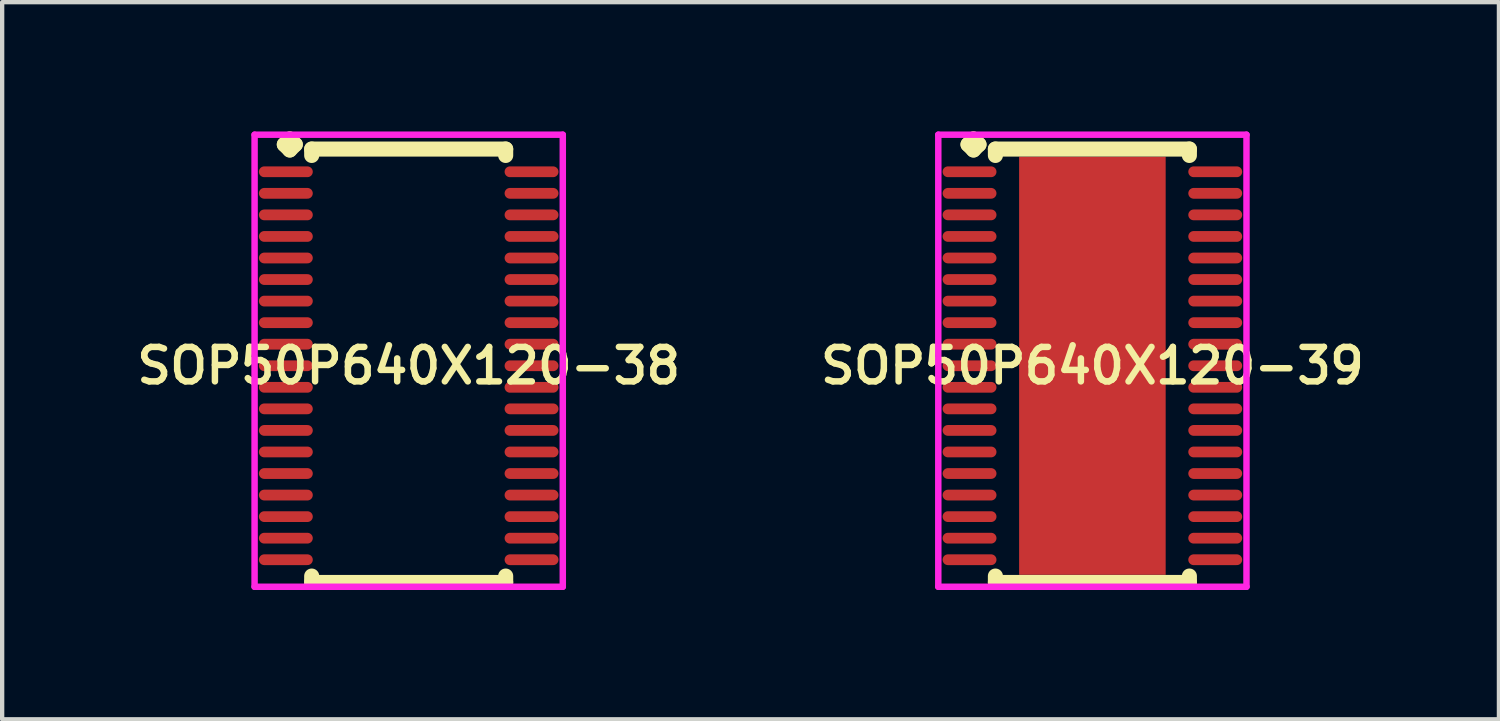
<source format=kicad_pcb>
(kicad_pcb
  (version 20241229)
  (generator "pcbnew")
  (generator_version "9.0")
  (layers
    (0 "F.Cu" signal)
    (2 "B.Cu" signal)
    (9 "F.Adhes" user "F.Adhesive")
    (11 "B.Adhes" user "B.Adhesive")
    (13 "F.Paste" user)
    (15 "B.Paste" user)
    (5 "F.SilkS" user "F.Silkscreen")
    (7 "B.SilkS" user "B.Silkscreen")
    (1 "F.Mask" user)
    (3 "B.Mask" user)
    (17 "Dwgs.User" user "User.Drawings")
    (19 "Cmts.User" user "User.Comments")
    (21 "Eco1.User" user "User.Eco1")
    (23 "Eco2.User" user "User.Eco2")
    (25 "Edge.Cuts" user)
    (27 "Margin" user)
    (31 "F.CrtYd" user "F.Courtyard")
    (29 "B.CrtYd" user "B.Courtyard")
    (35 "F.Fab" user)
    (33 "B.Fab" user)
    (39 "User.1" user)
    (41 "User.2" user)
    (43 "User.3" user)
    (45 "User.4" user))
  (footprint "SOP50P640X120-38"
    (layer "F.Cu")
    (at 6.431 5.435)
    (property "Reference" "SOP50P640X120-38" (at 0 0 0) (layer "F.SilkS") (effects (font (size 0.8 0.8) (thickness 0.15))))
    (attr smd)
    (fp_line (start -2.885 -5.133) (end -2.758 -5.26) (stroke (width 0.35) (type solid)) (layer "F.SilkS"))
    (fp_line (start -2.758 -5.26) (end -2.631 -5.133) (stroke (width 0.35) (type solid)) (layer "F.SilkS"))
    (fp_line (start -2.758 -5.006) (end -2.885 -5.133) (stroke (width 0.35) (type solid)) (layer "F.SilkS"))
    (fp_line (start -2.631 -5.133) (end -2.758 -5.006) (stroke (width 0.35) (type solid)) (layer "F.SilkS"))
    (fp_line (start -2.25 -5.027) (end 2.25 -5.027) (stroke (width 0.35) (type solid)) (layer "F.SilkS"))
    (fp_line (start -2.25 -4.879) (end -2.25 -5.027) (stroke (width 0.35) (type solid)) (layer "F.SilkS"))
    (fp_line (start -2.25 4.879) (end -2.25 5.027) (stroke (width 0.35) (type solid)) (layer "F.SilkS"))
    (fp_line (start -2.25 5.027) (end 2.25 5.027) (stroke (width 0.35) (type solid)) (layer "F.SilkS"))
    (fp_line (start 2.25 -5.027) (end 2.25 -4.879) (stroke (width 0.35) (type solid)) (layer "F.SilkS"))
    (fp_line (start 2.25 5.027) (end 2.25 4.879) (stroke (width 0.35) (type solid)) (layer "F.SilkS"))
    (fp_line (start -3.575 -5.36) (end 3.575 -5.36) (stroke (width 0.15) (type solid)) (layer "F.CrtYd"))
    (fp_line (start -3.575 5.127) (end -3.575 -5.36) (stroke (width 0.15) (type solid)) (layer "F.CrtYd"))
    (fp_line (start 3.575 -5.36) (end 3.575 5.127) (stroke (width 0.15) (type solid)) (layer "F.CrtYd"))
    (fp_line (start 3.575 5.127) (end -3.575 5.127) (stroke (width 0.15) (type solid)) (layer "F.CrtYd"))
    (pad "1" smd oval (at -2.85 -4.5) (size 1.25 0.25) (layers "F.Cu" "F.Mask" "F.Paste"))
    (pad "2" smd oval (at -2.85 -4) (size 1.25 0.25) (layers "F.Cu" "F.Mask" "F.Paste"))
    (pad "3" smd oval (at -2.85 -3.5) (size 1.25 0.25) (layers "F.Cu" "F.Mask" "F.Paste"))
    (pad "4" smd oval (at -2.85 -3) (size 1.25 0.25) (layers "F.Cu" "F.Mask" "F.Paste"))
    (pad "5" smd oval (at -2.85 -2.5) (size 1.25 0.25) (layers "F.Cu" "F.Mask" "F.Paste"))
    (pad "6" smd oval (at -2.85 -2) (size 1.25 0.25) (layers "F.Cu" "F.Mask" "F.Paste"))
    (pad "7" smd oval (at -2.85 -1.5) (size 1.25 0.25) (layers "F.Cu" "F.Mask" "F.Paste"))
    (pad "8" smd oval (at -2.85 -1) (size 1.25 0.25) (layers "F.Cu" "F.Mask" "F.Paste"))
    (pad "9" smd oval (at -2.85 -0.5) (size 1.25 0.25) (layers "F.Cu" "F.Mask" "F.Paste"))
    (pad "10" smd oval (at -2.85 0) (size 1.25 0.25) (layers "F.Cu" "F.Mask" "F.Paste"))
    (pad "11" smd oval (at -2.85 0.5) (size 1.25 0.25) (layers "F.Cu" "F.Mask" "F.Paste"))
    (pad "12" smd oval (at -2.85 1) (size 1.25 0.25) (layers "F.Cu" "F.Mask" "F.Paste"))
    (pad "13" smd oval (at -2.85 1.5) (size 1.25 0.25) (layers "F.Cu" "F.Mask" "F.Paste"))
    (pad "14" smd oval (at -2.85 2) (size 1.25 0.25) (layers "F.Cu" "F.Mask" "F.Paste"))
    (pad "15" smd oval (at -2.85 2.5) (size 1.25 0.25) (layers "F.Cu" "F.Mask" "F.Paste"))
    (pad "16" smd oval (at -2.85 3) (size 1.25 0.25) (layers "F.Cu" "F.Mask" "F.Paste"))
    (pad "17" smd oval (at -2.85 3.5) (size 1.25 0.25) (layers "F.Cu" "F.Mask" "F.Paste"))
    (pad "18" smd oval (at -2.85 4) (size 1.25 0.25) (layers "F.Cu" "F.Mask" "F.Paste"))
    (pad "19" smd oval (at -2.85 4.5) (size 1.25 0.25) (layers "F.Cu" "F.Mask" "F.Paste"))
    (pad "20" smd oval (at 2.85 4.5) (size 1.25 0.25) (layers "F.Cu" "F.Mask" "F.Paste"))
    (pad "21" smd oval (at 2.85 4) (size 1.25 0.25) (layers "F.Cu" "F.Mask" "F.Paste"))
    (pad "22" smd oval (at 2.85 3.5) (size 1.25 0.25) (layers "F.Cu" "F.Mask" "F.Paste"))
    (pad "23" smd oval (at 2.85 3) (size 1.25 0.25) (layers "F.Cu" "F.Mask" "F.Paste"))
    (pad "24" smd oval (at 2.85 2.5) (size 1.25 0.25) (layers "F.Cu" "F.Mask" "F.Paste"))
    (pad "25" smd oval (at 2.85 2) (size 1.25 0.25) (layers "F.Cu" "F.Mask" "F.Paste"))
    (pad "26" smd oval (at 2.85 1.5) (size 1.25 0.25) (layers "F.Cu" "F.Mask" "F.Paste"))
    (pad "27" smd oval (at 2.85 1) (size 1.25 0.25) (layers "F.Cu" "F.Mask" "F.Paste"))
    (pad "28" smd oval (at 2.85 0.5) (size 1.25 0.25) (layers "F.Cu" "F.Mask" "F.Paste"))
    (pad "29" smd oval (at 2.85 0) (size 1.25 0.25) (layers "F.Cu" "F.Mask" "F.Paste"))
    (pad "30" smd oval (at 2.85 -0.5) (size 1.25 0.25) (layers "F.Cu" "F.Mask" "F.Paste"))
    (pad "31" smd oval (at 2.85 -1) (size 1.25 0.25) (layers "F.Cu" "F.Mask" "F.Paste"))
    (pad "32" smd oval (at 2.85 -1.5) (size 1.25 0.25) (layers "F.Cu" "F.Mask" "F.Paste"))
    (pad "33" smd oval (at 2.85 -2) (size 1.25 0.25) (layers "F.Cu" "F.Mask" "F.Paste"))
    (pad "34" smd oval (at 2.85 -2.5) (size 1.25 0.25) (layers "F.Cu" "F.Mask" "F.Paste"))
    (pad "35" smd oval (at 2.85 -3) (size 1.25 0.25) (layers "F.Cu" "F.Mask" "F.Paste"))
    (pad "36" smd oval (at 2.85 -3.5) (size 1.25 0.25) (layers "F.Cu" "F.Mask" "F.Paste"))
    (pad "37" smd oval (at 2.85 -4) (size 1.25 0.25) (layers "F.Cu" "F.Mask" "F.Paste"))
    (pad "38" smd oval (at 2.85 -4.5) (size 1.25 0.25) (layers "F.Cu" "F.Mask" "F.Paste")))
  (footprint "SOP50P640X120-39"
    (layer "F.Cu")
    (at 22.292 5.435)
    (property "Reference" "SOP50P640X120-39" (at 0 0 0) (layer "F.SilkS") (effects (font (size 0.8 0.8) (thickness 0.15))))
    (attr smd)
    (fp_line (start -2.885 -5.133) (end -2.758 -5.26) (stroke (width 0.35) (type solid)) (layer "F.SilkS"))
    (fp_line (start -2.758 -5.26) (end -2.631 -5.133) (stroke (width 0.35) (type solid)) (layer "F.SilkS"))
    (fp_line (start -2.758 -5.006) (end -2.885 -5.133) (stroke (width 0.35) (type solid)) (layer "F.SilkS"))
    (fp_line (start -2.631 -5.133) (end -2.758 -5.006) (stroke (width 0.35) (type solid)) (layer "F.SilkS"))
    (fp_line (start -2.25 -5.027) (end 2.25 -5.027) (stroke (width 0.35) (type solid)) (layer "F.SilkS"))
    (fp_line (start -2.25 -4.879) (end -2.25 -5.027) (stroke (width 0.35) (type solid)) (layer "F.SilkS"))
    (fp_line (start -2.25 4.879) (end -2.25 5.027) (stroke (width 0.35) (type solid)) (layer "F.SilkS"))
    (fp_line (start -2.25 5.027) (end 2.25 5.027) (stroke (width 0.35) (type solid)) (layer "F.SilkS"))
    (fp_line (start 2.25 -5.027) (end 2.25 -4.879) (stroke (width 0.35) (type solid)) (layer "F.SilkS"))
    (fp_line (start 2.25 5.027) (end 2.25 4.879) (stroke (width 0.35) (type solid)) (layer "F.SilkS"))
    (fp_line (start -3.575 -5.36) (end 3.575 -5.36) (stroke (width 0.15) (type solid)) (layer "F.CrtYd"))
    (fp_line (start -3.575 5.127) (end -3.575 -5.36) (stroke (width 0.15) (type solid)) (layer "F.CrtYd"))
    (fp_line (start 3.575 -5.36) (end 3.575 5.127) (stroke (width 0.15) (type solid)) (layer "F.CrtYd"))
    (fp_line (start 3.575 5.127) (end -3.575 5.127) (stroke (width 0.15) (type solid)) (layer "F.CrtYd"))
    (pad "1" smd oval (at -2.85 -4.5) (size 1.25 0.25) (layers "F.Cu" "F.Mask" "F.Paste"))
    (pad "2" smd oval (at -2.85 -4) (size 1.25 0.25) (layers "F.Cu" "F.Mask" "F.Paste"))
    (pad "3" smd oval (at -2.85 -3.5) (size 1.25 0.25) (layers "F.Cu" "F.Mask" "F.Paste"))
    (pad "4" smd oval (at -2.85 -3) (size 1.25 0.25) (layers "F.Cu" "F.Mask" "F.Paste"))
    (pad "5" smd oval (at -2.85 -2.5) (size 1.25 0.25) (layers "F.Cu" "F.Mask" "F.Paste"))
    (pad "6" smd oval (at -2.85 -2) (size 1.25 0.25) (layers "F.Cu" "F.Mask" "F.Paste"))
    (pad "7" smd oval (at -2.85 -1.5) (size 1.25 0.25) (layers "F.Cu" "F.Mask" "F.Paste"))
    (pad "8" smd oval (at -2.85 -1) (size 1.25 0.25) (layers "F.Cu" "F.Mask" "F.Paste"))
    (pad "9" smd oval (at -2.85 -0.5) (size 1.25 0.25) (layers "F.Cu" "F.Mask" "F.Paste"))
    (pad "10" smd oval (at -2.85 0) (size 1.25 0.25) (layers "F.Cu" "F.Mask" "F.Paste"))
    (pad "11" smd oval (at -2.85 0.5) (size 1.25 0.25) (layers "F.Cu" "F.Mask" "F.Paste"))
    (pad "12" smd oval (at -2.85 1) (size 1.25 0.25) (layers "F.Cu" "F.Mask" "F.Paste"))
    (pad "13" smd oval (at -2.85 1.5) (size 1.25 0.25) (layers "F.Cu" "F.Mask" "F.Paste"))
    (pad "14" smd oval (at -2.85 2) (size 1.25 0.25) (layers "F.Cu" "F.Mask" "F.Paste"))
    (pad "15" smd oval (at -2.85 2.5) (size 1.25 0.25) (layers "F.Cu" "F.Mask" "F.Paste"))
    (pad "16" smd oval (at -2.85 3) (size 1.25 0.25) (layers "F.Cu" "F.Mask" "F.Paste"))
    (pad "17" smd oval (at -2.85 3.5) (size 1.25 0.25) (layers "F.Cu" "F.Mask" "F.Paste"))
    (pad "18" smd oval (at -2.85 4) (size 1.25 0.25) (layers "F.Cu" "F.Mask" "F.Paste"))
    (pad "19" smd oval (at -2.85 4.5) (size 1.25 0.25) (layers "F.Cu" "F.Mask" "F.Paste"))
    (pad "20" smd oval (at 2.85 4.5) (size 1.25 0.25) (layers "F.Cu" "F.Mask" "F.Paste"))
    (pad "21" smd oval (at 2.85 4) (size 1.25 0.25) (layers "F.Cu" "F.Mask" "F.Paste"))
    (pad "22" smd oval (at 2.85 3.5) (size 1.25 0.25) (layers "F.Cu" "F.Mask" "F.Paste"))
    (pad "23" smd oval (at 2.85 3) (size 1.25 0.25) (layers "F.Cu" "F.Mask" "F.Paste"))
    (pad "24" smd oval (at 2.85 2.5) (size 1.25 0.25) (layers "F.Cu" "F.Mask" "F.Paste"))
    (pad "25" smd oval (at 2.85 2) (size 1.25 0.25) (layers "F.Cu" "F.Mask" "F.Paste"))
    (pad "26" smd oval (at 2.85 1.5) (size 1.25 0.25) (layers "F.Cu" "F.Mask" "F.Paste"))
    (pad "27" smd oval (at 2.85 1) (size 1.25 0.25) (layers "F.Cu" "F.Mask" "F.Paste"))
    (pad "28" smd oval (at 2.85 0.5) (size 1.25 0.25) (layers "F.Cu" "F.Mask" "F.Paste"))
    (pad "29" smd oval (at 2.85 0) (size 1.25 0.25) (layers "F.Cu" "F.Mask" "F.Paste"))
    (pad "30" smd oval (at 2.85 -0.5) (size 1.25 0.25) (layers "F.Cu" "F.Mask" "F.Paste"))
    (pad "31" smd oval (at 2.85 -1) (size 1.25 0.25) (layers "F.Cu" "F.Mask" "F.Paste"))
    (pad "32" smd oval (at 2.85 -1.5) (size 1.25 0.25) (layers "F.Cu" "F.Mask" "F.Paste"))
    (pad "33" smd oval (at 2.85 -2) (size 1.25 0.25) (layers "F.Cu" "F.Mask" "F.Paste"))
    (pad "34" smd oval (at 2.85 -2.5) (size 1.25 0.25) (layers "F.Cu" "F.Mask" "F.Paste"))
    (pad "35" smd oval (at 2.85 -3) (size 1.25 0.25) (layers "F.Cu" "F.Mask" "F.Paste"))
    (pad "36" smd oval (at 2.85 -3.5) (size 1.25 0.25) (layers "F.Cu" "F.Mask" "F.Paste"))
    (pad "37" smd oval (at 2.85 -4) (size 1.25 0.25) (layers "F.Cu" "F.Mask" "F.Paste"))
    (pad "38" smd oval (at 2.85 -4.5) (size 1.25 0.25) (layers "F.Cu" "F.Mask" "F.Paste"))
    (pad "39" smd rect (at 0 0) (size 3.4 9.7) (layers "F.Cu" "F.Mask" "F.Paste")))
  (gr_rect
    (start -3 -3)
    (end 31.723 13.637)
    (stroke (width 0.1) (type default))
    (fill no)
    (layer "Edge.Cuts")))
</source>
